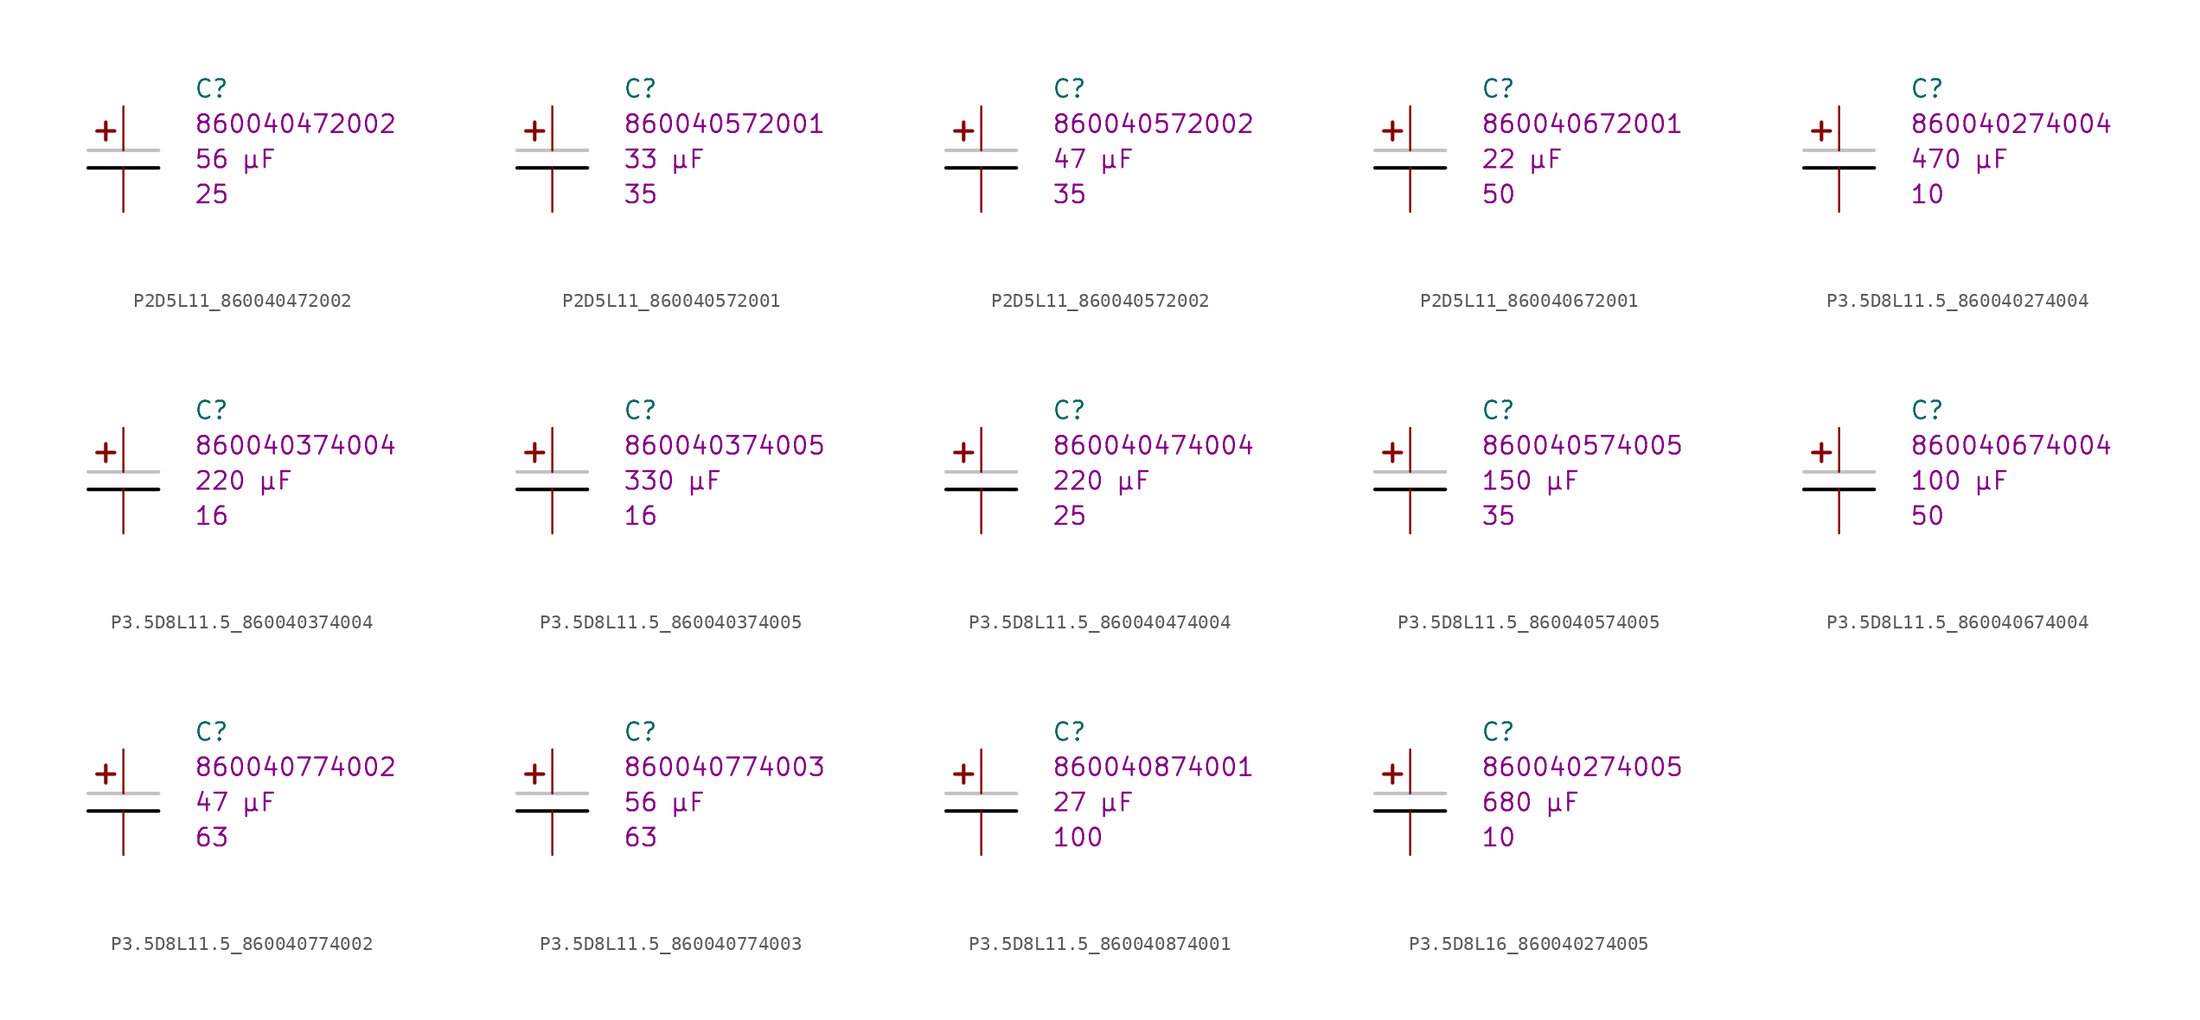
<source format=kicad_sym>
(kicad_symbol_lib
  (version 20220914)
  (generator kicad_symbol_editor)
  (symbol "P2D5L11_860040472002"
    (pin_numbers hide)
    (pin_names hide)
    (property "Reference" "C"
      (at 5.08 5.08 0)
      (effects (font (size 1.27 1.27)) (justify left)))
    (property "Part Number" "860040472002"
      (at 5.08 2.54 0)
      (effects (font (size 1.27 1.27)) (justify left)))
    (property "Capacitance" "56 µF"
      (at 5.08 0 0)
      (effects (font (size 1.27 1.27)) (justify left)))
    (property "Voltage" "25"
      (at 5.08 -2.54 0)
      (effects (font (size 1.27 1.27)) (justify left)))
    (property "Critical Parameter" ""
      (at 0 -7.62 0)
      (effects (font (size 1.27 1.27)) (justify left)))
    (symbol "P2D5L11_860040472002_1_1"
      (polyline (pts (xy -1.27 2.667) (xy -1.27 1.397)) (stroke (width 0.254) (type default)) (fill (type none)))
      (polyline (pts (xy -0.635 2.032) (xy -1.905 2.032)) (stroke (width 0.254) (type default)) (fill (type none)))
      (polyline (pts (xy 2.54 -0.635) (xy -2.54 -0.635)) (stroke (width 0.254) (type default) (color 0 0 0 1)) (fill (type none)))
      (polyline (pts (xy 2.54 0.635) (xy -2.54 0.635)) (stroke (width 0.254) (type default) (color 194 194 194 1)) (fill (type none)))
      (pin passive line (at 0 3.81 270) (length 3.175) (name "1" (effects (font (size 1.27 1.27)))) (number "1" (effects (font (size 1.27 1.27)))))
      (pin passive line (at 0 -3.81 90) (length 3.175) (name "2" (effects (font (size 1.27 1.27)))) (number "2" (effects (font (size 1.27 1.27)))))))
  (symbol "P2D5L11_860040572001"
    (pin_numbers hide)
    (pin_names hide)
    (property "Reference" "C"
      (at 5.08 5.08 0)
      (effects (font (size 1.27 1.27)) (justify left)))
    (property "Part Number" "860040572001"
      (at 5.08 2.54 0)
      (effects (font (size 1.27 1.27)) (justify left)))
    (property "Capacitance" "33 µF"
      (at 5.08 0 0)
      (effects (font (size 1.27 1.27)) (justify left)))
    (property "Voltage" "35"
      (at 5.08 -2.54 0)
      (effects (font (size 1.27 1.27)) (justify left)))
    (property "Critical Parameter" ""
      (at 0 -7.62 0)
      (effects (font (size 1.27 1.27)) (justify left)))
    (symbol "P2D5L11_860040572001_1_1"
      (polyline (pts (xy -1.27 2.667) (xy -1.27 1.397)) (stroke (width 0.254) (type default)) (fill (type none)))
      (polyline (pts (xy -0.635 2.032) (xy -1.905 2.032)) (stroke (width 0.254) (type default)) (fill (type none)))
      (polyline (pts (xy 2.54 -0.635) (xy -2.54 -0.635)) (stroke (width 0.254) (type default) (color 0 0 0 1)) (fill (type none)))
      (polyline (pts (xy 2.54 0.635) (xy -2.54 0.635)) (stroke (width 0.254) (type default) (color 194 194 194 1)) (fill (type none)))
      (pin passive line (at 0 3.81 270) (length 3.175) (name "1" (effects (font (size 1.27 1.27)))) (number "1" (effects (font (size 1.27 1.27)))))
      (pin passive line (at 0 -3.81 90) (length 3.175) (name "2" (effects (font (size 1.27 1.27)))) (number "2" (effects (font (size 1.27 1.27)))))))
  (symbol "P2D5L11_860040572002"
    (pin_numbers hide)
    (pin_names hide)
    (property "Reference" "C"
      (at 5.08 5.08 0)
      (effects (font (size 1.27 1.27)) (justify left)))
    (property "Part Number" "860040572002"
      (at 5.08 2.54 0)
      (effects (font (size 1.27 1.27)) (justify left)))
    (property "Capacitance" "47 µF"
      (at 5.08 0 0)
      (effects (font (size 1.27 1.27)) (justify left)))
    (property "Voltage" "35"
      (at 5.08 -2.54 0)
      (effects (font (size 1.27 1.27)) (justify left)))
    (property "Critical Parameter" ""
      (at 0 -7.62 0)
      (effects (font (size 1.27 1.27)) (justify left)))
    (symbol "P2D5L11_860040572002_1_1"
      (polyline (pts (xy -1.27 2.667) (xy -1.27 1.397)) (stroke (width 0.254) (type default)) (fill (type none)))
      (polyline (pts (xy -0.635 2.032) (xy -1.905 2.032)) (stroke (width 0.254) (type default)) (fill (type none)))
      (polyline (pts (xy 2.54 -0.635) (xy -2.54 -0.635)) (stroke (width 0.254) (type default) (color 0 0 0 1)) (fill (type none)))
      (polyline (pts (xy 2.54 0.635) (xy -2.54 0.635)) (stroke (width 0.254) (type default) (color 194 194 194 1)) (fill (type none)))
      (pin passive line (at 0 3.81 270) (length 3.175) (name "1" (effects (font (size 1.27 1.27)))) (number "1" (effects (font (size 1.27 1.27)))))
      (pin passive line (at 0 -3.81 90) (length 3.175) (name "2" (effects (font (size 1.27 1.27)))) (number "2" (effects (font (size 1.27 1.27)))))))
  (symbol "P2D5L11_860040672001"
    (pin_numbers hide)
    (pin_names hide)
    (property "Reference" "C"
      (at 5.08 5.08 0)
      (effects (font (size 1.27 1.27)) (justify left)))
    (property "Part Number" "860040672001"
      (at 5.08 2.54 0)
      (effects (font (size 1.27 1.27)) (justify left)))
    (property "Capacitance" "22 µF"
      (at 5.08 0 0)
      (effects (font (size 1.27 1.27)) (justify left)))
    (property "Voltage" "50"
      (at 5.08 -2.54 0)
      (effects (font (size 1.27 1.27)) (justify left)))
    (property "Critical Parameter" ""
      (at 0 -7.62 0)
      (effects (font (size 1.27 1.27)) (justify left)))
    (symbol "P2D5L11_860040672001_1_1"
      (polyline (pts (xy -1.27 2.667) (xy -1.27 1.397)) (stroke (width 0.254) (type default)) (fill (type none)))
      (polyline (pts (xy -0.635 2.032) (xy -1.905 2.032)) (stroke (width 0.254) (type default)) (fill (type none)))
      (polyline (pts (xy 2.54 -0.635) (xy -2.54 -0.635)) (stroke (width 0.254) (type default) (color 0 0 0 1)) (fill (type none)))
      (polyline (pts (xy 2.54 0.635) (xy -2.54 0.635)) (stroke (width 0.254) (type default) (color 194 194 194 1)) (fill (type none)))
      (pin passive line (at 0 3.81 270) (length 3.175) (name "1" (effects (font (size 1.27 1.27)))) (number "1" (effects (font (size 1.27 1.27)))))
      (pin passive line (at 0 -3.81 90) (length 3.175) (name "2" (effects (font (size 1.27 1.27)))) (number "2" (effects (font (size 1.27 1.27)))))))
  (symbol "P3.5D8L11.5_860040274004"
    (pin_numbers hide)
    (pin_names hide)
    (property "Reference" "C"
      (at 5.08 5.08 0)
      (effects (font (size 1.27 1.27)) (justify left)))
    (property "Part Number" "860040274004"
      (at 5.08 2.54 0)
      (effects (font (size 1.27 1.27)) (justify left)))
    (property "Capacitance" "470 µF"
      (at 5.08 0 0)
      (effects (font (size 1.27 1.27)) (justify left)))
    (property "Voltage" "10"
      (at 5.08 -2.54 0)
      (effects (font (size 1.27 1.27)) (justify left)))
    (property "Critical Parameter" ""
      (at 0 -7.62 0)
      (effects (font (size 1.27 1.27)) (justify left)))
    (symbol "P3.5D8L11.5_860040274004_1_1"
      (polyline (pts (xy -1.27 2.667) (xy -1.27 1.397)) (stroke (width 0.254) (type default)) (fill (type none)))
      (polyline (pts (xy -0.635 2.032) (xy -1.905 2.032)) (stroke (width 0.254) (type default)) (fill (type none)))
      (polyline (pts (xy 2.54 -0.635) (xy -2.54 -0.635)) (stroke (width 0.254) (type default) (color 0 0 0 1)) (fill (type none)))
      (polyline (pts (xy 2.54 0.635) (xy -2.54 0.635)) (stroke (width 0.254) (type default) (color 194 194 194 1)) (fill (type none)))
      (pin passive line (at 0 3.81 270) (length 3.175) (name "1" (effects (font (size 1.27 1.27)))) (number "1" (effects (font (size 1.27 1.27)))))
      (pin passive line (at 0 -3.81 90) (length 3.175) (name "2" (effects (font (size 1.27 1.27)))) (number "2" (effects (font (size 1.27 1.27)))))))
  (symbol "P3.5D8L11.5_860040374004"
    (pin_numbers hide)
    (pin_names hide)
    (property "Reference" "C"
      (at 5.08 5.08 0)
      (effects (font (size 1.27 1.27)) (justify left)))
    (property "Part Number" "860040374004"
      (at 5.08 2.54 0)
      (effects (font (size 1.27 1.27)) (justify left)))
    (property "Capacitance" "220 µF"
      (at 5.08 0 0)
      (effects (font (size 1.27 1.27)) (justify left)))
    (property "Voltage" "16"
      (at 5.08 -2.54 0)
      (effects (font (size 1.27 1.27)) (justify left)))
    (property "Critical Parameter" ""
      (at 0 -7.62 0)
      (effects (font (size 1.27 1.27)) (justify left)))
    (symbol "P3.5D8L11.5_860040374004_1_1"
      (polyline (pts (xy -1.27 2.667) (xy -1.27 1.397)) (stroke (width 0.254) (type default)) (fill (type none)))
      (polyline (pts (xy -0.635 2.032) (xy -1.905 2.032)) (stroke (width 0.254) (type default)) (fill (type none)))
      (polyline (pts (xy 2.54 -0.635) (xy -2.54 -0.635)) (stroke (width 0.254) (type default) (color 0 0 0 1)) (fill (type none)))
      (polyline (pts (xy 2.54 0.635) (xy -2.54 0.635)) (stroke (width 0.254) (type default) (color 194 194 194 1)) (fill (type none)))
      (pin passive line (at 0 3.81 270) (length 3.175) (name "1" (effects (font (size 1.27 1.27)))) (number "1" (effects (font (size 1.27 1.27)))))
      (pin passive line (at 0 -3.81 90) (length 3.175) (name "2" (effects (font (size 1.27 1.27)))) (number "2" (effects (font (size 1.27 1.27)))))))
  (symbol "P3.5D8L11.5_860040374005"
    (pin_numbers hide)
    (pin_names hide)
    (property "Reference" "C"
      (at 5.08 5.08 0)
      (effects (font (size 1.27 1.27)) (justify left)))
    (property "Part Number" "860040374005"
      (at 5.08 2.54 0)
      (effects (font (size 1.27 1.27)) (justify left)))
    (property "Capacitance" "330 µF"
      (at 5.08 0 0)
      (effects (font (size 1.27 1.27)) (justify left)))
    (property "Voltage" "16"
      (at 5.08 -2.54 0)
      (effects (font (size 1.27 1.27)) (justify left)))
    (property "Critical Parameter" ""
      (at 0 -7.62 0)
      (effects (font (size 1.27 1.27)) (justify left)))
    (symbol "P3.5D8L11.5_860040374005_1_1"
      (polyline (pts (xy -1.27 2.667) (xy -1.27 1.397)) (stroke (width 0.254) (type default)) (fill (type none)))
      (polyline (pts (xy -0.635 2.032) (xy -1.905 2.032)) (stroke (width 0.254) (type default)) (fill (type none)))
      (polyline (pts (xy 2.54 -0.635) (xy -2.54 -0.635)) (stroke (width 0.254) (type default) (color 0 0 0 1)) (fill (type none)))
      (polyline (pts (xy 2.54 0.635) (xy -2.54 0.635)) (stroke (width 0.254) (type default) (color 194 194 194 1)) (fill (type none)))
      (pin passive line (at 0 3.81 270) (length 3.175) (name "1" (effects (font (size 1.27 1.27)))) (number "1" (effects (font (size 1.27 1.27)))))
      (pin passive line (at 0 -3.81 90) (length 3.175) (name "2" (effects (font (size 1.27 1.27)))) (number "2" (effects (font (size 1.27 1.27)))))))
  (symbol "P3.5D8L11.5_860040474004"
    (pin_numbers hide)
    (pin_names hide)
    (property "Reference" "C"
      (at 5.08 5.08 0)
      (effects (font (size 1.27 1.27)) (justify left)))
    (property "Part Number" "860040474004"
      (at 5.08 2.54 0)
      (effects (font (size 1.27 1.27)) (justify left)))
    (property "Capacitance" "220 µF"
      (at 5.08 0 0)
      (effects (font (size 1.27 1.27)) (justify left)))
    (property "Voltage" "25"
      (at 5.08 -2.54 0)
      (effects (font (size 1.27 1.27)) (justify left)))
    (property "Critical Parameter" ""
      (at 0 -7.62 0)
      (effects (font (size 1.27 1.27)) (justify left)))
    (symbol "P3.5D8L11.5_860040474004_1_1"
      (polyline (pts (xy -1.27 2.667) (xy -1.27 1.397)) (stroke (width 0.254) (type default)) (fill (type none)))
      (polyline (pts (xy -0.635 2.032) (xy -1.905 2.032)) (stroke (width 0.254) (type default)) (fill (type none)))
      (polyline (pts (xy 2.54 -0.635) (xy -2.54 -0.635)) (stroke (width 0.254) (type default) (color 0 0 0 1)) (fill (type none)))
      (polyline (pts (xy 2.54 0.635) (xy -2.54 0.635)) (stroke (width 0.254) (type default) (color 194 194 194 1)) (fill (type none)))
      (pin passive line (at 0 3.81 270) (length 3.175) (name "1" (effects (font (size 1.27 1.27)))) (number "1" (effects (font (size 1.27 1.27)))))
      (pin passive line (at 0 -3.81 90) (length 3.175) (name "2" (effects (font (size 1.27 1.27)))) (number "2" (effects (font (size 1.27 1.27)))))))
  (symbol "P3.5D8L11.5_860040574005"
    (pin_numbers hide)
    (pin_names hide)
    (property "Reference" "C"
      (at 5.08 5.08 0)
      (effects (font (size 1.27 1.27)) (justify left)))
    (property "Part Number" "860040574005"
      (at 5.08 2.54 0)
      (effects (font (size 1.27 1.27)) (justify left)))
    (property "Capacitance" "150 µF"
      (at 5.08 0 0)
      (effects (font (size 1.27 1.27)) (justify left)))
    (property "Voltage" "35"
      (at 5.08 -2.54 0)
      (effects (font (size 1.27 1.27)) (justify left)))
    (property "Critical Parameter" ""
      (at 0 -7.62 0)
      (effects (font (size 1.27 1.27)) (justify left)))
    (symbol "P3.5D8L11.5_860040574005_1_1"
      (polyline (pts (xy -1.27 2.667) (xy -1.27 1.397)) (stroke (width 0.254) (type default)) (fill (type none)))
      (polyline (pts (xy -0.635 2.032) (xy -1.905 2.032)) (stroke (width 0.254) (type default)) (fill (type none)))
      (polyline (pts (xy 2.54 -0.635) (xy -2.54 -0.635)) (stroke (width 0.254) (type default) (color 0 0 0 1)) (fill (type none)))
      (polyline (pts (xy 2.54 0.635) (xy -2.54 0.635)) (stroke (width 0.254) (type default) (color 194 194 194 1)) (fill (type none)))
      (pin passive line (at 0 3.81 270) (length 3.175) (name "1" (effects (font (size 1.27 1.27)))) (number "1" (effects (font (size 1.27 1.27)))))
      (pin passive line (at 0 -3.81 90) (length 3.175) (name "2" (effects (font (size 1.27 1.27)))) (number "2" (effects (font (size 1.27 1.27)))))))
  (symbol "P3.5D8L11.5_860040674004"
    (pin_numbers hide)
    (pin_names hide)
    (property "Reference" "C"
      (at 5.08 5.08 0)
      (effects (font (size 1.27 1.27)) (justify left)))
    (property "Part Number" "860040674004"
      (at 5.08 2.54 0)
      (effects (font (size 1.27 1.27)) (justify left)))
    (property "Capacitance" "100 µF"
      (at 5.08 0 0)
      (effects (font (size 1.27 1.27)) (justify left)))
    (property "Voltage" "50"
      (at 5.08 -2.54 0)
      (effects (font (size 1.27 1.27)) (justify left)))
    (property "Critical Parameter" ""
      (at 0 -7.62 0)
      (effects (font (size 1.27 1.27)) (justify left)))
    (symbol "P3.5D8L11.5_860040674004_1_1"
      (polyline (pts (xy -1.27 2.667) (xy -1.27 1.397)) (stroke (width 0.254) (type default)) (fill (type none)))
      (polyline (pts (xy -0.635 2.032) (xy -1.905 2.032)) (stroke (width 0.254) (type default)) (fill (type none)))
      (polyline (pts (xy 2.54 -0.635) (xy -2.54 -0.635)) (stroke (width 0.254) (type default) (color 0 0 0 1)) (fill (type none)))
      (polyline (pts (xy 2.54 0.635) (xy -2.54 0.635)) (stroke (width 0.254) (type default) (color 194 194 194 1)) (fill (type none)))
      (pin passive line (at 0 3.81 270) (length 3.175) (name "1" (effects (font (size 1.27 1.27)))) (number "1" (effects (font (size 1.27 1.27)))))
      (pin passive line (at 0 -3.81 90) (length 3.175) (name "2" (effects (font (size 1.27 1.27)))) (number "2" (effects (font (size 1.27 1.27)))))))
  (symbol "P3.5D8L11.5_860040774002"
    (pin_numbers hide)
    (pin_names hide)
    (property "Reference" "C"
      (at 5.08 5.08 0)
      (effects (font (size 1.27 1.27)) (justify left)))
    (property "Part Number" "860040774002"
      (at 5.08 2.54 0)
      (effects (font (size 1.27 1.27)) (justify left)))
    (property "Capacitance" "47 µF"
      (at 5.08 0 0)
      (effects (font (size 1.27 1.27)) (justify left)))
    (property "Voltage" "63"
      (at 5.08 -2.54 0)
      (effects (font (size 1.27 1.27)) (justify left)))
    (property "Critical Parameter" ""
      (at 0 -7.62 0)
      (effects (font (size 1.27 1.27)) (justify left)))
    (symbol "P3.5D8L11.5_860040774002_1_1"
      (polyline (pts (xy -1.27 2.667) (xy -1.27 1.397)) (stroke (width 0.254) (type default)) (fill (type none)))
      (polyline (pts (xy -0.635 2.032) (xy -1.905 2.032)) (stroke (width 0.254) (type default)) (fill (type none)))
      (polyline (pts (xy 2.54 -0.635) (xy -2.54 -0.635)) (stroke (width 0.254) (type default) (color 0 0 0 1)) (fill (type none)))
      (polyline (pts (xy 2.54 0.635) (xy -2.54 0.635)) (stroke (width 0.254) (type default) (color 194 194 194 1)) (fill (type none)))
      (pin passive line (at 0 3.81 270) (length 3.175) (name "1" (effects (font (size 1.27 1.27)))) (number "1" (effects (font (size 1.27 1.27)))))
      (pin passive line (at 0 -3.81 90) (length 3.175) (name "2" (effects (font (size 1.27 1.27)))) (number "2" (effects (font (size 1.27 1.27)))))))
  (symbol "P3.5D8L11.5_860040774003"
    (pin_numbers hide)
    (pin_names hide)
    (property "Reference" "C"
      (at 5.08 5.08 0)
      (effects (font (size 1.27 1.27)) (justify left)))
    (property "Part Number" "860040774003"
      (at 5.08 2.54 0)
      (effects (font (size 1.27 1.27)) (justify left)))
    (property "Capacitance" "56 µF"
      (at 5.08 0 0)
      (effects (font (size 1.27 1.27)) (justify left)))
    (property "Voltage" "63"
      (at 5.08 -2.54 0)
      (effects (font (size 1.27 1.27)) (justify left)))
    (property "Critical Parameter" ""
      (at 0 -7.62 0)
      (effects (font (size 1.27 1.27)) (justify left)))
    (symbol "P3.5D8L11.5_860040774003_1_1"
      (polyline (pts (xy -1.27 2.667) (xy -1.27 1.397)) (stroke (width 0.254) (type default)) (fill (type none)))
      (polyline (pts (xy -0.635 2.032) (xy -1.905 2.032)) (stroke (width 0.254) (type default)) (fill (type none)))
      (polyline (pts (xy 2.54 -0.635) (xy -2.54 -0.635)) (stroke (width 0.254) (type default) (color 0 0 0 1)) (fill (type none)))
      (polyline (pts (xy 2.54 0.635) (xy -2.54 0.635)) (stroke (width 0.254) (type default) (color 194 194 194 1)) (fill (type none)))
      (pin passive line (at 0 3.81 270) (length 3.175) (name "1" (effects (font (size 1.27 1.27)))) (number "1" (effects (font (size 1.27 1.27)))))
      (pin passive line (at 0 -3.81 90) (length 3.175) (name "2" (effects (font (size 1.27 1.27)))) (number "2" (effects (font (size 1.27 1.27)))))))
  (symbol "P3.5D8L11.5_860040874001"
    (pin_numbers hide)
    (pin_names hide)
    (property "Reference" "C"
      (at 5.08 5.08 0)
      (effects (font (size 1.27 1.27)) (justify left)))
    (property "Part Number" "860040874001"
      (at 5.08 2.54 0)
      (effects (font (size 1.27 1.27)) (justify left)))
    (property "Capacitance" "27 µF"
      (at 5.08 0 0)
      (effects (font (size 1.27 1.27)) (justify left)))
    (property "Voltage" "100"
      (at 5.08 -2.54 0)
      (effects (font (size 1.27 1.27)) (justify left)))
    (property "Critical Parameter" ""
      (at 0 -7.62 0)
      (effects (font (size 1.27 1.27)) (justify left)))
    (symbol "P3.5D8L11.5_860040874001_1_1"
      (polyline (pts (xy -1.27 2.667) (xy -1.27 1.397)) (stroke (width 0.254) (type default)) (fill (type none)))
      (polyline (pts (xy -0.635 2.032) (xy -1.905 2.032)) (stroke (width 0.254) (type default)) (fill (type none)))
      (polyline (pts (xy 2.54 -0.635) (xy -2.54 -0.635)) (stroke (width 0.254) (type default) (color 0 0 0 1)) (fill (type none)))
      (polyline (pts (xy 2.54 0.635) (xy -2.54 0.635)) (stroke (width 0.254) (type default) (color 194 194 194 1)) (fill (type none)))
      (pin passive line (at 0 3.81 270) (length 3.175) (name "1" (effects (font (size 1.27 1.27)))) (number "1" (effects (font (size 1.27 1.27)))))
      (pin passive line (at 0 -3.81 90) (length 3.175) (name "2" (effects (font (size 1.27 1.27)))) (number "2" (effects (font (size 1.27 1.27)))))))
  (symbol "P3.5D8L16_860040274005"
    (pin_numbers hide)
    (pin_names hide)
    (property "Reference" "C"
      (at 5.08 5.08 0)
      (effects (font (size 1.27 1.27)) (justify left)))
    (property "Part Number" "860040274005"
      (at 5.08 2.54 0)
      (effects (font (size 1.27 1.27)) (justify left)))
    (property "Capacitance" "680 µF"
      (at 5.08 0 0)
      (effects (font (size 1.27 1.27)) (justify left)))
    (property "Voltage" "10"
      (at 5.08 -2.54 0)
      (effects (font (size 1.27 1.27)) (justify left)))
    (property "Critical Parameter" ""
      (at 0 -7.62 0)
      (effects (font (size 1.27 1.27)) (justify left)))
    (symbol "P3.5D8L16_860040274005_1_1"
      (polyline (pts (xy -1.27 2.667) (xy -1.27 1.397)) (stroke (width 0.254) (type default)) (fill (type none)))
      (polyline (pts (xy -0.635 2.032) (xy -1.905 2.032)) (stroke (width 0.254) (type default)) (fill (type none)))
      (polyline (pts (xy 2.54 -0.635) (xy -2.54 -0.635)) (stroke (width 0.254) (type default) (color 0 0 0 1)) (fill (type none)))
      (polyline (pts (xy 2.54 0.635) (xy -2.54 0.635)) (stroke (width 0.254) (type default) (color 194 194 194 1)) (fill (type none)))
      (pin passive line (at 0 3.81 270) (length 3.175) (name "1" (effects (font (size 1.27 1.27)))) (number "1" (effects (font (size 1.27 1.27)))))
      (pin passive line (at 0 -3.81 90) (length 3.175) (name "2" (effects (font (size 1.27 1.27)))) (number "2" (effects (font (size 1.27 1.27))))))))
</source>
